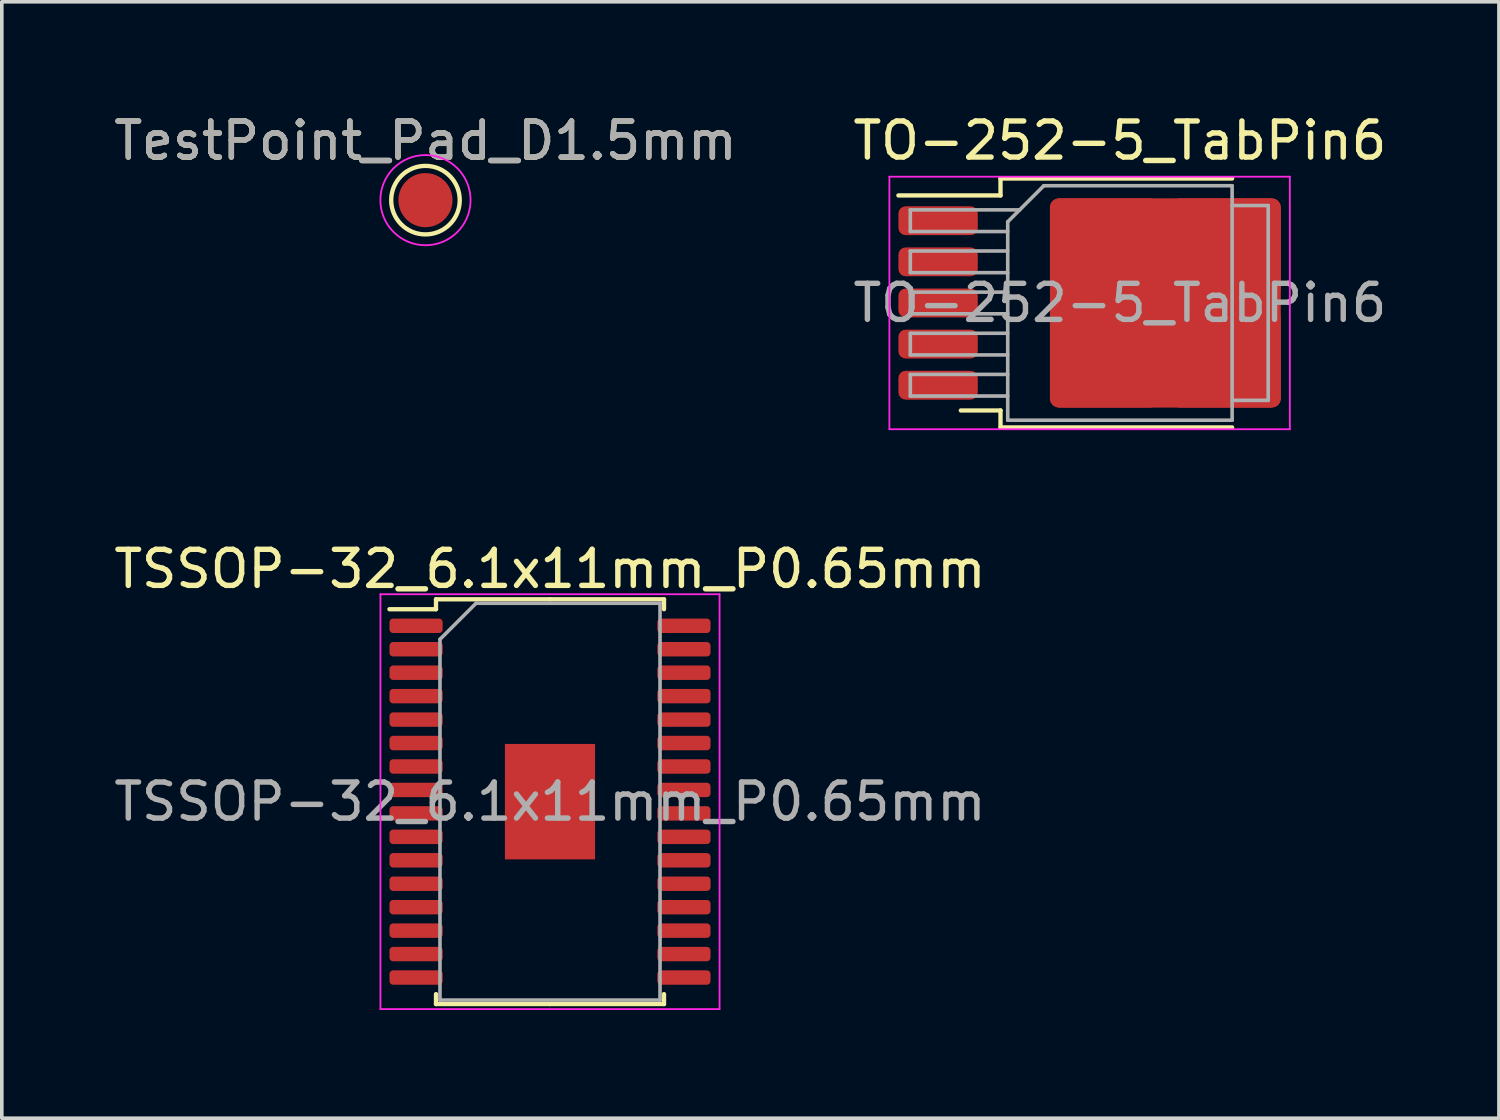
<source format=kicad_pcb>
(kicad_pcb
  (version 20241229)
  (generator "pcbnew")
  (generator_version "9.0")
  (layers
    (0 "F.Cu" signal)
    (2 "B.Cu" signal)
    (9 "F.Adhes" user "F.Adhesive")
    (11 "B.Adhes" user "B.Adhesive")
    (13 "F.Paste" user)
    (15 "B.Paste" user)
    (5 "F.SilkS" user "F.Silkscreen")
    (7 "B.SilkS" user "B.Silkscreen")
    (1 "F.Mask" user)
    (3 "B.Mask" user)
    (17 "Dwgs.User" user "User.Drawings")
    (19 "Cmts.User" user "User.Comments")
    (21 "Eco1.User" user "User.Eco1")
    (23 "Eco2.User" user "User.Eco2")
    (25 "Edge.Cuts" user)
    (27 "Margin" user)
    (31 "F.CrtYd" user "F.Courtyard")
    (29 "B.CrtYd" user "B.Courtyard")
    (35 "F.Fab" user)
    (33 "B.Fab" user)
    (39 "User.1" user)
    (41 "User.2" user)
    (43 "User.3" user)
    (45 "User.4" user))
  (footprint "TestPoint_Pad_D1.5mm"
    (layer "F.Cu")
    (at 8.744 2.498)
    (property "Reference" "TestPoint_Pad_D1.5mm" (at 0 -1.648 0) (layer "F.SilkS") (effects (font (size 1 1) (thickness 0.15))))
    (attr exclude_from_pos_files exclude_from_bom)
    (fp_circle (center 0 0) (end 0 0.95) (stroke (width 0.12) (type solid)) (fill no) (layer "F.SilkS"))
    (fp_circle (center 0 0) (end 1.25 0) (stroke (width 0.05) (type solid)) (fill no) (layer "F.CrtYd"))
    (fp_text user "${REFERENCE}" (at 0 -1.65 0) (layer "F.Fab") (effects (font (size 1 1) (thickness 0.15))))
    (pad "1" smd circle (at 0 0) (size 1.5 1.5) (layers "F.Cu" "F.Mask")))
  (footprint "TO-252-5_TabPin6"
    (layer "F.Cu")
    (at 27.994 5.348)
    (property "Reference" "TO-252-5_TabPin6" (at 0 -4.5 0) (layer "F.SilkS") (effects (font (size 1 1) (thickness 0.15))))
    (attr smd)
    (fp_line (start -3.31 -3.45) (end -3.31 -2.98) (stroke (width 0.12) (type solid)) (layer "F.SilkS"))
    (fp_line (start -3.31 -2.98) (end -6.14 -2.98) (stroke (width 0.12) (type solid)) (layer "F.SilkS"))
    (fp_line (start -3.31 2.98) (end -4.41 2.98) (stroke (width 0.12) (type solid)) (layer "F.SilkS"))
    (fp_line (start -3.31 3.45) (end -3.31 2.98) (stroke (width 0.12) (type solid)) (layer "F.SilkS"))
    (fp_line (start 3.11 -3.45) (end -3.31 -3.45) (stroke (width 0.12) (type solid)) (layer "F.SilkS"))
    (fp_line (start 3.11 3.45) (end -3.31 3.45) (stroke (width 0.12) (type solid)) (layer "F.SilkS"))
    (fp_line (start -6.39 -3.5) (end -6.39 3.5) (stroke (width 0.05) (type solid)) (layer "F.CrtYd"))
    (fp_line (start -6.39 3.5) (end 4.71 3.5) (stroke (width 0.05) (type solid)) (layer "F.CrtYd"))
    (fp_line (start 4.71 -3.5) (end -6.39 -3.5) (stroke (width 0.05) (type solid)) (layer "F.CrtYd"))
    (fp_line (start 4.71 3.5) (end 4.71 -3.5) (stroke (width 0.05) (type solid)) (layer "F.CrtYd"))
    (fp_line (start -5.81 -2.58) (end -5.81 -1.98) (stroke (width 0.1) (type solid)) (layer "F.Fab"))
    (fp_line (start -5.81 -1.98) (end -3.11 -1.98) (stroke (width 0.1) (type solid)) (layer "F.Fab"))
    (fp_line (start -5.81 -1.44) (end -5.81 -0.84) (stroke (width 0.1) (type solid)) (layer "F.Fab"))
    (fp_line (start -5.81 -0.84) (end -3.11 -0.84) (stroke (width 0.1) (type solid)) (layer "F.Fab"))
    (fp_line (start -5.81 -0.3) (end -5.81 0.3) (stroke (width 0.1) (type solid)) (layer "F.Fab"))
    (fp_line (start -5.81 0.3) (end -3.11 0.3) (stroke (width 0.1) (type solid)) (layer "F.Fab"))
    (fp_line (start -5.81 0.84) (end -5.81 1.44) (stroke (width 0.1) (type solid)) (layer "F.Fab"))
    (fp_line (start -5.81 1.44) (end -3.11 1.44) (stroke (width 0.1) (type solid)) (layer "F.Fab"))
    (fp_line (start -5.81 1.98) (end -5.81 2.58) (stroke (width 0.1) (type solid)) (layer "F.Fab"))
    (fp_line (start -5.81 2.58) (end -3.11 2.58) (stroke (width 0.1) (type solid)) (layer "F.Fab"))
    (fp_line (start -3.11 -2.25) (end -2.11 -3.25) (stroke (width 0.1) (type solid)) (layer "F.Fab"))
    (fp_line (start -3.11 -1.44) (end -5.81 -1.44) (stroke (width 0.1) (type solid)) (layer "F.Fab"))
    (fp_line (start -3.11 -0.3) (end -5.81 -0.3) (stroke (width 0.1) (type solid)) (layer "F.Fab"))
    (fp_line (start -3.11 0.84) (end -5.81 0.84) (stroke (width 0.1) (type solid)) (layer "F.Fab"))
    (fp_line (start -3.11 1.98) (end -5.81 1.98) (stroke (width 0.1) (type solid)) (layer "F.Fab"))
    (fp_line (start -3.11 3.25) (end -3.11 -2.25) (stroke (width 0.1) (type solid)) (layer "F.Fab"))
    (fp_line (start -2.78 -2.58) (end -5.81 -2.58) (stroke (width 0.1) (type solid)) (layer "F.Fab"))
    (fp_line (start -2.11 -3.25) (end 3.11 -3.25) (stroke (width 0.1) (type solid)) (layer "F.Fab"))
    (fp_line (start 3.11 -3.25) (end 3.11 3.25) (stroke (width 0.1) (type solid)) (layer "F.Fab"))
    (fp_line (start 3.11 -2.7) (end 4.11 -2.7) (stroke (width 0.1) (type solid)) (layer "F.Fab"))
    (fp_line (start 3.11 3.25) (end -3.11 3.25) (stroke (width 0.1) (type solid)) (layer "F.Fab"))
    (fp_line (start 4.11 -2.7) (end 4.11 2.7) (stroke (width 0.1) (type solid)) (layer "F.Fab"))
    (fp_line (start 4.11 2.7) (end 3.11 2.7) (stroke (width 0.1) (type solid)) (layer "F.Fab"))
    (fp_text user "${REFERENCE}" (at 0 0 0) (layer "F.Fab") (effects (font (size 1 1) (thickness 0.15))))
    (pad "1" smd roundrect (at -5.04 -2.28) (size 2.2 0.8) (layers "F.Cu" "F.Mask" "F.Paste") (roundrect_rratio 0.25))
    (pad "2" smd roundrect (at -5.04 -1.14) (size 2.2 0.8) (layers "F.Cu" "F.Mask" "F.Paste") (roundrect_rratio 0.25))
    (pad "3" smd roundrect (at -5.04 0) (size 2.2 0.8) (layers "F.Cu" "F.Mask" "F.Paste") (roundrect_rratio 0.25))
    (pad "4" smd roundrect (at -5.04 1.14) (size 2.2 0.8) (layers "F.Cu" "F.Mask" "F.Paste") (roundrect_rratio 0.25))
    (pad "5" smd roundrect (at -5.04 2.28) (size 2.2 0.8) (layers "F.Cu" "F.Mask" "F.Paste") (roundrect_rratio 0.25))
    (pad "6" smd roundrect (at -0.415 -1.525) (size 3.05 2.75) (layers "F.Cu" "F.Paste") (roundrect_rratio 0.091))
    (pad "6" smd roundrect (at -0.415 1.525) (size 3.05 2.75) (layers "F.Cu" "F.Paste") (roundrect_rratio 0.091))
    (pad "6" smd roundrect (at 1.26 0) (size 6.4 5.8) (layers "F.Cu" "F.Mask") (roundrect_rratio 0.043))
    (pad "6" smd roundrect (at 2.935 -1.525) (size 3.05 2.75) (layers "F.Cu" "F.Paste") (roundrect_rratio 0.091))
    (pad "6" smd roundrect (at 2.935 1.525) (size 3.05 2.75) (layers "F.Cu" "F.Paste") (roundrect_rratio 0.091)))
  (footprint "TSSOP-32_6.1x11mm_P0.65mm"
    (layer "F.Cu")
    (at 12.196 19.172)
    (property "Reference" "TSSOP-32_6.1x11mm_P0.65mm" (at 0 -6.45 0) (layer "F.SilkS") (effects (font (size 1 1) (thickness 0.15))))
    (attr smd)
    (fp_line (start -3.16 -5.61) (end -3.16 -5.335) (stroke (width 0.12) (type solid)) (layer "F.SilkS"))
    (fp_line (start -3.16 -5.335) (end -4.45 -5.335) (stroke (width 0.12) (type solid)) (layer "F.SilkS"))
    (fp_line (start -3.16 5.61) (end -3.16 5.335) (stroke (width 0.12) (type solid)) (layer "F.SilkS"))
    (fp_line (start 0 -5.61) (end -3.16 -5.61) (stroke (width 0.12) (type solid)) (layer "F.SilkS"))
    (fp_line (start 0 -5.61) (end 3.16 -5.61) (stroke (width 0.12) (type solid)) (layer "F.SilkS"))
    (fp_line (start 0 5.61) (end -3.16 5.61) (stroke (width 0.12) (type solid)) (layer "F.SilkS"))
    (fp_line (start 0 5.61) (end 3.16 5.61) (stroke (width 0.12) (type solid)) (layer "F.SilkS"))
    (fp_line (start 3.16 -5.61) (end 3.16 -5.335) (stroke (width 0.12) (type solid)) (layer "F.SilkS"))
    (fp_line (start 3.16 5.61) (end 3.16 5.335) (stroke (width 0.12) (type solid)) (layer "F.SilkS"))
    (fp_line (start -4.7 -5.75) (end -4.7 5.75) (stroke (width 0.05) (type solid)) (layer "F.CrtYd"))
    (fp_line (start -4.7 5.75) (end 4.7 5.75) (stroke (width 0.05) (type solid)) (layer "F.CrtYd"))
    (fp_line (start 4.7 -5.75) (end -4.7 -5.75) (stroke (width 0.05) (type solid)) (layer "F.CrtYd"))
    (fp_line (start 4.7 5.75) (end 4.7 -5.75) (stroke (width 0.05) (type solid)) (layer "F.CrtYd"))
    (fp_line (start -3.05 -4.5) (end -2.05 -5.5) (stroke (width 0.1) (type solid)) (layer "F.Fab"))
    (fp_line (start -3.05 5.5) (end -3.05 -4.5) (stroke (width 0.1) (type solid)) (layer "F.Fab"))
    (fp_line (start -2.05 -5.5) (end 3.05 -5.5) (stroke (width 0.1) (type solid)) (layer "F.Fab"))
    (fp_line (start 3.05 -5.5) (end 3.05 5.5) (stroke (width 0.1) (type solid)) (layer "F.Fab"))
    (fp_line (start 3.05 5.5) (end -3.05 5.5) (stroke (width 0.1) (type solid)) (layer "F.Fab"))
    (fp_text user "${REFERENCE}" (at 0 0 0) (layer "F.Fab") (effects (font (size 1 1) (thickness 0.15))))
    (pad "1" smd roundrect (at -3.712 -4.875) (size 1.475 0.4) (layers "F.Cu" "F.Mask" "F.Paste") (roundrect_rratio 0.25))
    (pad "2" smd roundrect (at -3.712 -4.225) (size 1.475 0.4) (layers "F.Cu" "F.Mask" "F.Paste") (roundrect_rratio 0.25))
    (pad "3" smd roundrect (at -3.712 -3.575) (size 1.475 0.4) (layers "F.Cu" "F.Mask" "F.Paste") (roundrect_rratio 0.25))
    (pad "4" smd roundrect (at -3.712 -2.925) (size 1.475 0.4) (layers "F.Cu" "F.Mask" "F.Paste") (roundrect_rratio 0.25))
    (pad "5" smd roundrect (at -3.712 -2.275) (size 1.475 0.4) (layers "F.Cu" "F.Mask" "F.Paste") (roundrect_rratio 0.25))
    (pad "6" smd roundrect (at -3.712 -1.625) (size 1.475 0.4) (layers "F.Cu" "F.Mask" "F.Paste") (roundrect_rratio 0.25))
    (pad "7" smd roundrect (at -3.712 -0.975) (size 1.475 0.4) (layers "F.Cu" "F.Mask" "F.Paste") (roundrect_rratio 0.25))
    (pad "8" smd roundrect (at -3.712 -0.325) (size 1.475 0.4) (layers "F.Cu" "F.Mask" "F.Paste") (roundrect_rratio 0.25))
    (pad "9" smd roundrect (at -3.712 0.325) (size 1.475 0.4) (layers "F.Cu" "F.Mask" "F.Paste") (roundrect_rratio 0.25))
    (pad "10" smd roundrect (at -3.712 0.975) (size 1.475 0.4) (layers "F.Cu" "F.Mask" "F.Paste") (roundrect_rratio 0.25))
    (pad "11" smd roundrect (at -3.712 1.625) (size 1.475 0.4) (layers "F.Cu" "F.Mask" "F.Paste") (roundrect_rratio 0.25))
    (pad "12" smd roundrect (at -3.712 2.275) (size 1.475 0.4) (layers "F.Cu" "F.Mask" "F.Paste") (roundrect_rratio 0.25))
    (pad "13" smd roundrect (at -3.712 2.925) (size 1.475 0.4) (layers "F.Cu" "F.Mask" "F.Paste") (roundrect_rratio 0.25))
    (pad "14" smd roundrect (at -3.712 3.575) (size 1.475 0.4) (layers "F.Cu" "F.Mask" "F.Paste") (roundrect_rratio 0.25))
    (pad "15" smd roundrect (at -3.712 4.225) (size 1.475 0.4) (layers "F.Cu" "F.Mask" "F.Paste") (roundrect_rratio 0.25))
    (pad "16" smd roundrect (at -3.712 4.875) (size 1.475 0.4) (layers "F.Cu" "F.Mask" "F.Paste") (roundrect_rratio 0.25))
    (pad "17" smd roundrect (at 3.712 4.875) (size 1.475 0.4) (layers "F.Cu" "F.Mask" "F.Paste") (roundrect_rratio 0.25))
    (pad "18" smd roundrect (at 3.712 4.225) (size 1.475 0.4) (layers "F.Cu" "F.Mask" "F.Paste") (roundrect_rratio 0.25))
    (pad "19" smd roundrect (at 3.712 3.575) (size 1.475 0.4) (layers "F.Cu" "F.Mask" "F.Paste") (roundrect_rratio 0.25))
    (pad "20" smd roundrect (at 3.712 2.925) (size 1.475 0.4) (layers "F.Cu" "F.Mask" "F.Paste") (roundrect_rratio 0.25))
    (pad "21" smd roundrect (at 3.712 2.275) (size 1.475 0.4) (layers "F.Cu" "F.Mask" "F.Paste") (roundrect_rratio 0.25))
    (pad "22" smd roundrect (at 3.712 1.625) (size 1.475 0.4) (layers "F.Cu" "F.Mask" "F.Paste") (roundrect_rratio 0.25))
    (pad "23" smd roundrect (at 3.712 0.975) (size 1.475 0.4) (layers "F.Cu" "F.Mask" "F.Paste") (roundrect_rratio 0.25))
    (pad "24" smd roundrect (at 3.712 0.325) (size 1.475 0.4) (layers "F.Cu" "F.Mask" "F.Paste") (roundrect_rratio 0.25))
    (pad "25" smd roundrect (at 3.712 -0.325) (size 1.475 0.4) (layers "F.Cu" "F.Mask" "F.Paste") (roundrect_rratio 0.25))
    (pad "26" smd roundrect (at 3.712 -0.975) (size 1.475 0.4) (layers "F.Cu" "F.Mask" "F.Paste") (roundrect_rratio 0.25))
    (pad "27" smd roundrect (at 3.712 -1.625) (size 1.475 0.4) (layers "F.Cu" "F.Mask" "F.Paste") (roundrect_rratio 0.25))
    (pad "28" smd roundrect (at 3.712 -2.275) (size 1.475 0.4) (layers "F.Cu" "F.Mask" "F.Paste") (roundrect_rratio 0.25))
    (pad "29" smd roundrect (at 3.712 -2.925) (size 1.475 0.4) (layers "F.Cu" "F.Mask" "F.Paste") (roundrect_rratio 0.25))
    (pad "30" smd roundrect (at 3.712 -3.575) (size 1.475 0.4) (layers "F.Cu" "F.Mask" "F.Paste") (roundrect_rratio 0.25))
    (pad "31" smd roundrect (at 3.712 -4.225) (size 1.475 0.4) (layers "F.Cu" "F.Mask" "F.Paste") (roundrect_rratio 0.25))
    (pad "32" smd roundrect (at 3.712 -4.875) (size 1.475 0.4) (layers "F.Cu" "F.Mask" "F.Paste") (roundrect_rratio 0.25))
    (pad "33" smd rect (at 0 0) (size 2.5 3.2) (layers "F.Cu" "F.Mask" "F.Paste")))
  (gr_rect
    (start -3 -3)
    (end 38.5 27.947)
    (stroke (width 0.1) (type default))
    (fill no)
    (layer "Edge.Cuts")))
</source>
